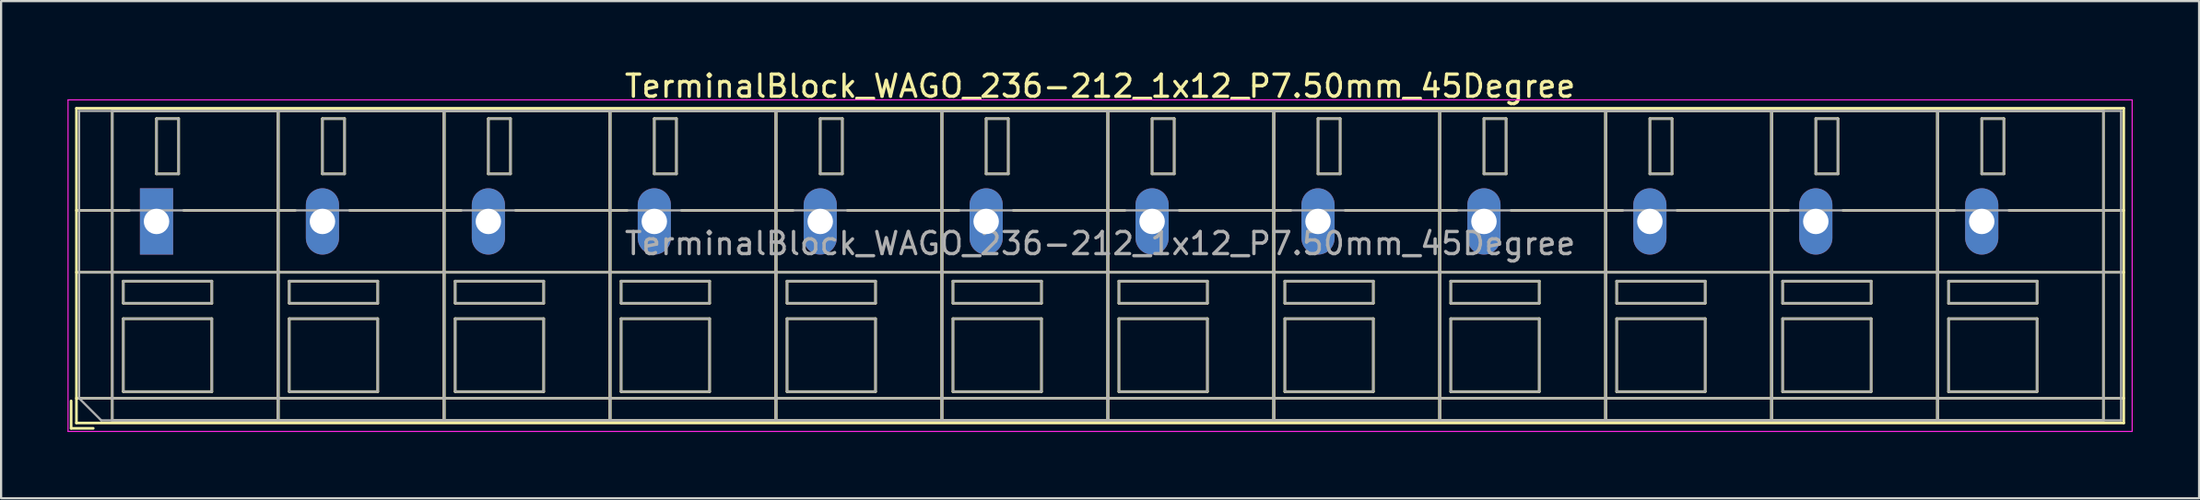
<source format=kicad_pcb>
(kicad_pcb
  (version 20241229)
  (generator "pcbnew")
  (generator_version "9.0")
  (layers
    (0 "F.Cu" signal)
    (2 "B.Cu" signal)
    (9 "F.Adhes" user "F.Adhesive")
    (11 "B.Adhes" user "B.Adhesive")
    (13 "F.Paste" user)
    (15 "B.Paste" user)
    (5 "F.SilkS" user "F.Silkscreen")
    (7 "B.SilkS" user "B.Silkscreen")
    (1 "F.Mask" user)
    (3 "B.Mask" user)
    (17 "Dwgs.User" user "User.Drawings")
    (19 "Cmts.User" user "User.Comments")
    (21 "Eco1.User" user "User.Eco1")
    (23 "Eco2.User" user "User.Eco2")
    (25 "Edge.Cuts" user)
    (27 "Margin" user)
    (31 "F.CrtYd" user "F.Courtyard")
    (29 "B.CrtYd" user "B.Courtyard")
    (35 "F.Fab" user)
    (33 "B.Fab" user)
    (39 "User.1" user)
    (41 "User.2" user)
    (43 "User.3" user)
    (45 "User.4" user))
  (footprint "TerminalBlock_WAGO_236-212_1x12_P7.50mm_45Degree"
    (layer "F.Cu")
    (at 4.025 6.968)
    (property "Reference" "TerminalBlock_WAGO_236-212_1x12_P7.50mm_45Degree" (at 42.65 -6.12 0) (layer "F.SilkS") (effects (font (size 1 1) (thickness 0.15))))
    (attr through_hole)
    (fp_line (start -3.86 8.12) (end -3.86 9.36) (stroke (width 0.12) (type solid)) (layer "F.SilkS"))
    (fp_line (start -3.86 9.36) (end -2.86 9.36) (stroke (width 0.12) (type solid)) (layer "F.SilkS"))
    (fp_line (start -3.62 -5.12) (end -3.62 9.12) (stroke (width 0.12) (type solid)) (layer "F.SilkS"))
    (fp_line (start -3.62 -5.12) (end 88.92 -5.12) (stroke (width 0.12) (type solid)) (layer "F.SilkS"))
    (fp_line (start -3.62 -0.5) (end -1.23 -0.5) (stroke (width 0.12) (type solid)) (layer "F.SilkS"))
    (fp_line (start -3.62 2.3) (end 88.92 2.3) (stroke (width 0.12) (type solid)) (layer "F.SilkS"))
    (fp_line (start -3.62 8) (end 88.92 8) (stroke (width 0.12) (type solid)) (layer "F.SilkS"))
    (fp_line (start -3.62 9.12) (end 88.92 9.12) (stroke (width 0.12) (type solid)) (layer "F.SilkS"))
    (fp_line (start -2 -5) (end -2 9) (stroke (width 0.12) (type solid)) (layer "F.SilkS"))
    (fp_line (start -2 -5) (end 5.5 -5) (stroke (width 0.12) (type solid)) (layer "F.SilkS"))
    (fp_line (start -2 9) (end 5.5 9) (stroke (width 0.12) (type solid)) (layer "F.SilkS"))
    (fp_line (start -1.5 2.7) (end -1.5 3.7) (stroke (width 0.12) (type solid)) (layer "F.SilkS"))
    (fp_line (start -1.5 2.7) (end 2.5 2.7) (stroke (width 0.12) (type solid)) (layer "F.SilkS"))
    (fp_line (start -1.5 3.7) (end 2.5 3.7) (stroke (width 0.12) (type solid)) (layer "F.SilkS"))
    (fp_line (start -1.5 4.4) (end -1.5 7.7) (stroke (width 0.12) (type solid)) (layer "F.SilkS"))
    (fp_line (start -1.5 4.4) (end 2.5 4.4) (stroke (width 0.12) (type solid)) (layer "F.SilkS"))
    (fp_line (start -1.5 7.7) (end 2.5 7.7) (stroke (width 0.12) (type solid)) (layer "F.SilkS"))
    (fp_line (start 0 -4.65) (end 0 -2.151) (stroke (width 0.12) (type solid)) (layer "F.SilkS"))
    (fp_line (start 0 -4.65) (end 1 -4.65) (stroke (width 0.12) (type solid)) (layer "F.SilkS"))
    (fp_line (start 0 -2.151) (end 1 -2.151) (stroke (width 0.12) (type solid)) (layer "F.SilkS"))
    (fp_line (start 1 -4.65) (end 1 -2.151) (stroke (width 0.12) (type solid)) (layer "F.SilkS"))
    (fp_line (start 1.23 -0.5) (end 6.27 -0.5) (stroke (width 0.12) (type solid)) (layer "F.SilkS"))
    (fp_line (start 2.5 2.7) (end 2.5 3.7) (stroke (width 0.12) (type solid)) (layer "F.SilkS"))
    (fp_line (start 2.5 4.4) (end 2.5 7.7) (stroke (width 0.12) (type solid)) (layer "F.SilkS"))
    (fp_line (start 5.5 -5) (end 5.5 9) (stroke (width 0.12) (type solid)) (layer "F.SilkS"))
    (fp_line (start 5.5 -5) (end 5.5 9) (stroke (width 0.12) (type solid)) (layer "F.SilkS"))
    (fp_line (start 5.5 -5) (end 13 -5) (stroke (width 0.12) (type solid)) (layer "F.SilkS"))
    (fp_line (start 5.5 9) (end 13 9) (stroke (width 0.12) (type solid)) (layer "F.SilkS"))
    (fp_line (start 6 2.7) (end 6 3.7) (stroke (width 0.12) (type solid)) (layer "F.SilkS"))
    (fp_line (start 6 2.7) (end 10 2.7) (stroke (width 0.12) (type solid)) (layer "F.SilkS"))
    (fp_line (start 6 3.7) (end 10 3.7) (stroke (width 0.12) (type solid)) (layer "F.SilkS"))
    (fp_line (start 6 4.4) (end 6 7.7) (stroke (width 0.12) (type solid)) (layer "F.SilkS"))
    (fp_line (start 6 4.4) (end 10 4.4) (stroke (width 0.12) (type solid)) (layer "F.SilkS"))
    (fp_line (start 6 7.7) (end 10 7.7) (stroke (width 0.12) (type solid)) (layer "F.SilkS"))
    (fp_line (start 7.5 -4.65) (end 7.5 -2.151) (stroke (width 0.12) (type solid)) (layer "F.SilkS"))
    (fp_line (start 7.5 -4.65) (end 8.5 -4.65) (stroke (width 0.12) (type solid)) (layer "F.SilkS"))
    (fp_line (start 7.5 -2.151) (end 8.5 -2.151) (stroke (width 0.12) (type solid)) (layer "F.SilkS"))
    (fp_line (start 8.5 -4.65) (end 8.5 -2.151) (stroke (width 0.12) (type solid)) (layer "F.SilkS"))
    (fp_line (start 8.73 -0.5) (end 13.77 -0.5) (stroke (width 0.12) (type solid)) (layer "F.SilkS"))
    (fp_line (start 10 2.7) (end 10 3.7) (stroke (width 0.12) (type solid)) (layer "F.SilkS"))
    (fp_line (start 10 4.4) (end 10 7.7) (stroke (width 0.12) (type solid)) (layer "F.SilkS"))
    (fp_line (start 13 -5) (end 13 9) (stroke (width 0.12) (type solid)) (layer "F.SilkS"))
    (fp_line (start 13 -5) (end 13 9) (stroke (width 0.12) (type solid)) (layer "F.SilkS"))
    (fp_line (start 13 -5) (end 20.5 -5) (stroke (width 0.12) (type solid)) (layer "F.SilkS"))
    (fp_line (start 13 9) (end 20.5 9) (stroke (width 0.12) (type solid)) (layer "F.SilkS"))
    (fp_line (start 13.5 2.7) (end 13.5 3.7) (stroke (width 0.12) (type solid)) (layer "F.SilkS"))
    (fp_line (start 13.5 2.7) (end 17.5 2.7) (stroke (width 0.12) (type solid)) (layer "F.SilkS"))
    (fp_line (start 13.5 3.7) (end 17.5 3.7) (stroke (width 0.12) (type solid)) (layer "F.SilkS"))
    (fp_line (start 13.5 4.4) (end 13.5 7.7) (stroke (width 0.12) (type solid)) (layer "F.SilkS"))
    (fp_line (start 13.5 4.4) (end 17.5 4.4) (stroke (width 0.12) (type solid)) (layer "F.SilkS"))
    (fp_line (start 13.5 7.7) (end 17.5 7.7) (stroke (width 0.12) (type solid)) (layer "F.SilkS"))
    (fp_line (start 15 -4.65) (end 15 -2.151) (stroke (width 0.12) (type solid)) (layer "F.SilkS"))
    (fp_line (start 15 -4.65) (end 16 -4.65) (stroke (width 0.12) (type solid)) (layer "F.SilkS"))
    (fp_line (start 15 -2.151) (end 16 -2.151) (stroke (width 0.12) (type solid)) (layer "F.SilkS"))
    (fp_line (start 16 -4.65) (end 16 -2.151) (stroke (width 0.12) (type solid)) (layer "F.SilkS"))
    (fp_line (start 16.23 -0.5) (end 21.27 -0.5) (stroke (width 0.12) (type solid)) (layer "F.SilkS"))
    (fp_line (start 17.5 2.7) (end 17.5 3.7) (stroke (width 0.12) (type solid)) (layer "F.SilkS"))
    (fp_line (start 17.5 4.4) (end 17.5 7.7) (stroke (width 0.12) (type solid)) (layer "F.SilkS"))
    (fp_line (start 20.5 -5) (end 20.5 9) (stroke (width 0.12) (type solid)) (layer "F.SilkS"))
    (fp_line (start 20.5 -5) (end 20.5 9) (stroke (width 0.12) (type solid)) (layer "F.SilkS"))
    (fp_line (start 20.5 -5) (end 28 -5) (stroke (width 0.12) (type solid)) (layer "F.SilkS"))
    (fp_line (start 20.5 9) (end 28 9) (stroke (width 0.12) (type solid)) (layer "F.SilkS"))
    (fp_line (start 21 2.7) (end 21 3.7) (stroke (width 0.12) (type solid)) (layer "F.SilkS"))
    (fp_line (start 21 2.7) (end 25 2.7) (stroke (width 0.12) (type solid)) (layer "F.SilkS"))
    (fp_line (start 21 3.7) (end 25 3.7) (stroke (width 0.12) (type solid)) (layer "F.SilkS"))
    (fp_line (start 21 4.4) (end 21 7.7) (stroke (width 0.12) (type solid)) (layer "F.SilkS"))
    (fp_line (start 21 4.4) (end 25 4.4) (stroke (width 0.12) (type solid)) (layer "F.SilkS"))
    (fp_line (start 21 7.7) (end 25 7.7) (stroke (width 0.12) (type solid)) (layer "F.SilkS"))
    (fp_line (start 22.5 -4.65) (end 22.5 -2.151) (stroke (width 0.12) (type solid)) (layer "F.SilkS"))
    (fp_line (start 22.5 -4.65) (end 23.5 -4.65) (stroke (width 0.12) (type solid)) (layer "F.SilkS"))
    (fp_line (start 22.5 -2.151) (end 23.5 -2.151) (stroke (width 0.12) (type solid)) (layer "F.SilkS"))
    (fp_line (start 23.5 -4.65) (end 23.5 -2.151) (stroke (width 0.12) (type solid)) (layer "F.SilkS"))
    (fp_line (start 23.73 -0.5) (end 28.77 -0.5) (stroke (width 0.12) (type solid)) (layer "F.SilkS"))
    (fp_line (start 25 2.7) (end 25 3.7) (stroke (width 0.12) (type solid)) (layer "F.SilkS"))
    (fp_line (start 25 4.4) (end 25 7.7) (stroke (width 0.12) (type solid)) (layer "F.SilkS"))
    (fp_line (start 28 -5) (end 28 9) (stroke (width 0.12) (type solid)) (layer "F.SilkS"))
    (fp_line (start 28 -5) (end 28 9) (stroke (width 0.12) (type solid)) (layer "F.SilkS"))
    (fp_line (start 28 -5) (end 35.5 -5) (stroke (width 0.12) (type solid)) (layer "F.SilkS"))
    (fp_line (start 28 9) (end 35.5 9) (stroke (width 0.12) (type solid)) (layer "F.SilkS"))
    (fp_line (start 28.5 2.7) (end 28.5 3.7) (stroke (width 0.12) (type solid)) (layer "F.SilkS"))
    (fp_line (start 28.5 2.7) (end 32.5 2.7) (stroke (width 0.12) (type solid)) (layer "F.SilkS"))
    (fp_line (start 28.5 3.7) (end 32.5 3.7) (stroke (width 0.12) (type solid)) (layer "F.SilkS"))
    (fp_line (start 28.5 4.4) (end 28.5 7.7) (stroke (width 0.12) (type solid)) (layer "F.SilkS"))
    (fp_line (start 28.5 4.4) (end 32.5 4.4) (stroke (width 0.12) (type solid)) (layer "F.SilkS"))
    (fp_line (start 28.5 7.7) (end 32.5 7.7) (stroke (width 0.12) (type solid)) (layer "F.SilkS"))
    (fp_line (start 30 -4.65) (end 30 -2.151) (stroke (width 0.12) (type solid)) (layer "F.SilkS"))
    (fp_line (start 30 -4.65) (end 31 -4.65) (stroke (width 0.12) (type solid)) (layer "F.SilkS"))
    (fp_line (start 30 -2.151) (end 31 -2.151) (stroke (width 0.12) (type solid)) (layer "F.SilkS"))
    (fp_line (start 31 -4.65) (end 31 -2.151) (stroke (width 0.12) (type solid)) (layer "F.SilkS"))
    (fp_line (start 31.23 -0.5) (end 36.27 -0.5) (stroke (width 0.12) (type solid)) (layer "F.SilkS"))
    (fp_line (start 32.5 2.7) (end 32.5 3.7) (stroke (width 0.12) (type solid)) (layer "F.SilkS"))
    (fp_line (start 32.5 4.4) (end 32.5 7.7) (stroke (width 0.12) (type solid)) (layer "F.SilkS"))
    (fp_line (start 35.5 -5) (end 35.5 9) (stroke (width 0.12) (type solid)) (layer "F.SilkS"))
    (fp_line (start 35.5 -5) (end 35.5 9) (stroke (width 0.12) (type solid)) (layer "F.SilkS"))
    (fp_line (start 35.5 -5) (end 43 -5) (stroke (width 0.12) (type solid)) (layer "F.SilkS"))
    (fp_line (start 35.5 9) (end 43 9) (stroke (width 0.12) (type solid)) (layer "F.SilkS"))
    (fp_line (start 36 2.7) (end 36 3.7) (stroke (width 0.12) (type solid)) (layer "F.SilkS"))
    (fp_line (start 36 2.7) (end 40 2.7) (stroke (width 0.12) (type solid)) (layer "F.SilkS"))
    (fp_line (start 36 3.7) (end 40 3.7) (stroke (width 0.12) (type solid)) (layer "F.SilkS"))
    (fp_line (start 36 4.4) (end 36 7.7) (stroke (width 0.12) (type solid)) (layer "F.SilkS"))
    (fp_line (start 36 4.4) (end 40 4.4) (stroke (width 0.12) (type solid)) (layer "F.SilkS"))
    (fp_line (start 36 7.7) (end 40 7.7) (stroke (width 0.12) (type solid)) (layer "F.SilkS"))
    (fp_line (start 37.5 -4.65) (end 37.5 -2.151) (stroke (width 0.12) (type solid)) (layer "F.SilkS"))
    (fp_line (start 37.5 -4.65) (end 38.5 -4.65) (stroke (width 0.12) (type solid)) (layer "F.SilkS"))
    (fp_line (start 37.5 -2.151) (end 38.5 -2.151) (stroke (width 0.12) (type solid)) (layer "F.SilkS"))
    (fp_line (start 38.5 -4.65) (end 38.5 -2.151) (stroke (width 0.12) (type solid)) (layer "F.SilkS"))
    (fp_line (start 38.73 -0.5) (end 43.77 -0.5) (stroke (width 0.12) (type solid)) (layer "F.SilkS"))
    (fp_line (start 40 2.7) (end 40 3.7) (stroke (width 0.12) (type solid)) (layer "F.SilkS"))
    (fp_line (start 40 4.4) (end 40 7.7) (stroke (width 0.12) (type solid)) (layer "F.SilkS"))
    (fp_line (start 43 -5) (end 43 9) (stroke (width 0.12) (type solid)) (layer "F.SilkS"))
    (fp_line (start 43 -5) (end 43 9) (stroke (width 0.12) (type solid)) (layer "F.SilkS"))
    (fp_line (start 43 -5) (end 50.5 -5) (stroke (width 0.12) (type solid)) (layer "F.SilkS"))
    (fp_line (start 43 9) (end 50.5 9) (stroke (width 0.12) (type solid)) (layer "F.SilkS"))
    (fp_line (start 43.5 2.7) (end 43.5 3.7) (stroke (width 0.12) (type solid)) (layer "F.SilkS"))
    (fp_line (start 43.5 2.7) (end 47.5 2.7) (stroke (width 0.12) (type solid)) (layer "F.SilkS"))
    (fp_line (start 43.5 3.7) (end 47.5 3.7) (stroke (width 0.12) (type solid)) (layer "F.SilkS"))
    (fp_line (start 43.5 4.4) (end 43.5 7.7) (stroke (width 0.12) (type solid)) (layer "F.SilkS"))
    (fp_line (start 43.5 4.4) (end 47.5 4.4) (stroke (width 0.12) (type solid)) (layer "F.SilkS"))
    (fp_line (start 43.5 7.7) (end 47.5 7.7) (stroke (width 0.12) (type solid)) (layer "F.SilkS"))
    (fp_line (start 45 -4.65) (end 45 -2.151) (stroke (width 0.12) (type solid)) (layer "F.SilkS"))
    (fp_line (start 45 -4.65) (end 46 -4.65) (stroke (width 0.12) (type solid)) (layer "F.SilkS"))
    (fp_line (start 45 -2.151) (end 46 -2.151) (stroke (width 0.12) (type solid)) (layer "F.SilkS"))
    (fp_line (start 46 -4.65) (end 46 -2.151) (stroke (width 0.12) (type solid)) (layer "F.SilkS"))
    (fp_line (start 46.23 -0.5) (end 51.27 -0.5) (stroke (width 0.12) (type solid)) (layer "F.SilkS"))
    (fp_line (start 47.5 2.7) (end 47.5 3.7) (stroke (width 0.12) (type solid)) (layer "F.SilkS"))
    (fp_line (start 47.5 4.4) (end 47.5 7.7) (stroke (width 0.12) (type solid)) (layer "F.SilkS"))
    (fp_line (start 50.5 -5) (end 50.5 9) (stroke (width 0.12) (type solid)) (layer "F.SilkS"))
    (fp_line (start 50.5 -5) (end 50.5 9) (stroke (width 0.12) (type solid)) (layer "F.SilkS"))
    (fp_line (start 50.5 -5) (end 58 -5) (stroke (width 0.12) (type solid)) (layer "F.SilkS"))
    (fp_line (start 50.5 9) (end 58 9) (stroke (width 0.12) (type solid)) (layer "F.SilkS"))
    (fp_line (start 51 2.7) (end 51 3.7) (stroke (width 0.12) (type solid)) (layer "F.SilkS"))
    (fp_line (start 51 2.7) (end 55 2.7) (stroke (width 0.12) (type solid)) (layer "F.SilkS"))
    (fp_line (start 51 3.7) (end 55 3.7) (stroke (width 0.12) (type solid)) (layer "F.SilkS"))
    (fp_line (start 51 4.4) (end 51 7.7) (stroke (width 0.12) (type solid)) (layer "F.SilkS"))
    (fp_line (start 51 4.4) (end 55 4.4) (stroke (width 0.12) (type solid)) (layer "F.SilkS"))
    (fp_line (start 51 7.7) (end 55 7.7) (stroke (width 0.12) (type solid)) (layer "F.SilkS"))
    (fp_line (start 52.5 -4.65) (end 52.5 -2.151) (stroke (width 0.12) (type solid)) (layer "F.SilkS"))
    (fp_line (start 52.5 -4.65) (end 53.5 -4.65) (stroke (width 0.12) (type solid)) (layer "F.SilkS"))
    (fp_line (start 52.5 -2.151) (end 53.5 -2.151) (stroke (width 0.12) (type solid)) (layer "F.SilkS"))
    (fp_line (start 53.5 -4.65) (end 53.5 -2.151) (stroke (width 0.12) (type solid)) (layer "F.SilkS"))
    (fp_line (start 53.73 -0.5) (end 58.77 -0.5) (stroke (width 0.12) (type solid)) (layer "F.SilkS"))
    (fp_line (start 55 2.7) (end 55 3.7) (stroke (width 0.12) (type solid)) (layer "F.SilkS"))
    (fp_line (start 55 4.4) (end 55 7.7) (stroke (width 0.12) (type solid)) (layer "F.SilkS"))
    (fp_line (start 58 -5) (end 58 9) (stroke (width 0.12) (type solid)) (layer "F.SilkS"))
    (fp_line (start 58 -5) (end 58 9) (stroke (width 0.12) (type solid)) (layer "F.SilkS"))
    (fp_line (start 58 -5) (end 65.5 -5) (stroke (width 0.12) (type solid)) (layer "F.SilkS"))
    (fp_line (start 58 9) (end 65.5 9) (stroke (width 0.12) (type solid)) (layer "F.SilkS"))
    (fp_line (start 58.5 2.7) (end 58.5 3.7) (stroke (width 0.12) (type solid)) (layer "F.SilkS"))
    (fp_line (start 58.5 2.7) (end 62.5 2.7) (stroke (width 0.12) (type solid)) (layer "F.SilkS"))
    (fp_line (start 58.5 3.7) (end 62.5 3.7) (stroke (width 0.12) (type solid)) (layer "F.SilkS"))
    (fp_line (start 58.5 4.4) (end 58.5 7.7) (stroke (width 0.12) (type solid)) (layer "F.SilkS"))
    (fp_line (start 58.5 4.4) (end 62.5 4.4) (stroke (width 0.12) (type solid)) (layer "F.SilkS"))
    (fp_line (start 58.5 7.7) (end 62.5 7.7) (stroke (width 0.12) (type solid)) (layer "F.SilkS"))
    (fp_line (start 60 -4.65) (end 60 -2.151) (stroke (width 0.12) (type solid)) (layer "F.SilkS"))
    (fp_line (start 60 -4.65) (end 61 -4.65) (stroke (width 0.12) (type solid)) (layer "F.SilkS"))
    (fp_line (start 60 -2.151) (end 61 -2.151) (stroke (width 0.12) (type solid)) (layer "F.SilkS"))
    (fp_line (start 61 -4.65) (end 61 -2.151) (stroke (width 0.12) (type solid)) (layer "F.SilkS"))
    (fp_line (start 61.23 -0.5) (end 66.27 -0.5) (stroke (width 0.12) (type solid)) (layer "F.SilkS"))
    (fp_line (start 62.5 2.7) (end 62.5 3.7) (stroke (width 0.12) (type solid)) (layer "F.SilkS"))
    (fp_line (start 62.5 4.4) (end 62.5 7.7) (stroke (width 0.12) (type solid)) (layer "F.SilkS"))
    (fp_line (start 65.5 -5) (end 65.5 9) (stroke (width 0.12) (type solid)) (layer "F.SilkS"))
    (fp_line (start 65.5 -5) (end 65.5 9) (stroke (width 0.12) (type solid)) (layer "F.SilkS"))
    (fp_line (start 65.5 -5) (end 73 -5) (stroke (width 0.12) (type solid)) (layer "F.SilkS"))
    (fp_line (start 65.5 9) (end 73 9) (stroke (width 0.12) (type solid)) (layer "F.SilkS"))
    (fp_line (start 66 2.7) (end 66 3.7) (stroke (width 0.12) (type solid)) (layer "F.SilkS"))
    (fp_line (start 66 2.7) (end 70 2.7) (stroke (width 0.12) (type solid)) (layer "F.SilkS"))
    (fp_line (start 66 3.7) (end 70 3.7) (stroke (width 0.12) (type solid)) (layer "F.SilkS"))
    (fp_line (start 66 4.4) (end 66 7.7) (stroke (width 0.12) (type solid)) (layer "F.SilkS"))
    (fp_line (start 66 4.4) (end 70 4.4) (stroke (width 0.12) (type solid)) (layer "F.SilkS"))
    (fp_line (start 66 7.7) (end 70 7.7) (stroke (width 0.12) (type solid)) (layer "F.SilkS"))
    (fp_line (start 67.5 -4.65) (end 67.5 -2.151) (stroke (width 0.12) (type solid)) (layer "F.SilkS"))
    (fp_line (start 67.5 -4.65) (end 68.5 -4.65) (stroke (width 0.12) (type solid)) (layer "F.SilkS"))
    (fp_line (start 67.5 -2.151) (end 68.5 -2.151) (stroke (width 0.12) (type solid)) (layer "F.SilkS"))
    (fp_line (start 68.5 -4.65) (end 68.5 -2.151) (stroke (width 0.12) (type solid)) (layer "F.SilkS"))
    (fp_line (start 68.73 -0.5) (end 73.77 -0.5) (stroke (width 0.12) (type solid)) (layer "F.SilkS"))
    (fp_line (start 70 2.7) (end 70 3.7) (stroke (width 0.12) (type solid)) (layer "F.SilkS"))
    (fp_line (start 70 4.4) (end 70 7.7) (stroke (width 0.12) (type solid)) (layer "F.SilkS"))
    (fp_line (start 73 -5) (end 73 9) (stroke (width 0.12) (type solid)) (layer "F.SilkS"))
    (fp_line (start 73 -5) (end 73 9) (stroke (width 0.12) (type solid)) (layer "F.SilkS"))
    (fp_line (start 73 -5) (end 80.5 -5) (stroke (width 0.12) (type solid)) (layer "F.SilkS"))
    (fp_line (start 73 9) (end 80.5 9) (stroke (width 0.12) (type solid)) (layer "F.SilkS"))
    (fp_line (start 73.5 2.7) (end 73.5 3.7) (stroke (width 0.12) (type solid)) (layer "F.SilkS"))
    (fp_line (start 73.5 2.7) (end 77.5 2.7) (stroke (width 0.12) (type solid)) (layer "F.SilkS"))
    (fp_line (start 73.5 3.7) (end 77.5 3.7) (stroke (width 0.12) (type solid)) (layer "F.SilkS"))
    (fp_line (start 73.5 4.4) (end 73.5 7.7) (stroke (width 0.12) (type solid)) (layer "F.SilkS"))
    (fp_line (start 73.5 4.4) (end 77.5 4.4) (stroke (width 0.12) (type solid)) (layer "F.SilkS"))
    (fp_line (start 73.5 7.7) (end 77.5 7.7) (stroke (width 0.12) (type solid)) (layer "F.SilkS"))
    (fp_line (start 75 -4.65) (end 75 -2.151) (stroke (width 0.12) (type solid)) (layer "F.SilkS"))
    (fp_line (start 75 -4.65) (end 76 -4.65) (stroke (width 0.12) (type solid)) (layer "F.SilkS"))
    (fp_line (start 75 -2.151) (end 76 -2.151) (stroke (width 0.12) (type solid)) (layer "F.SilkS"))
    (fp_line (start 76 -4.65) (end 76 -2.151) (stroke (width 0.12) (type solid)) (layer "F.SilkS"))
    (fp_line (start 76.23 -0.5) (end 81.27 -0.5) (stroke (width 0.12) (type solid)) (layer "F.SilkS"))
    (fp_line (start 77.5 2.7) (end 77.5 3.7) (stroke (width 0.12) (type solid)) (layer "F.SilkS"))
    (fp_line (start 77.5 4.4) (end 77.5 7.7) (stroke (width 0.12) (type solid)) (layer "F.SilkS"))
    (fp_line (start 80.5 -5) (end 80.5 9) (stroke (width 0.12) (type solid)) (layer "F.SilkS"))
    (fp_line (start 80.5 -5) (end 80.5 9) (stroke (width 0.12) (type solid)) (layer "F.SilkS"))
    (fp_line (start 80.5 -5) (end 88 -5) (stroke (width 0.12) (type solid)) (layer "F.SilkS"))
    (fp_line (start 80.5 9) (end 88 9) (stroke (width 0.12) (type solid)) (layer "F.SilkS"))
    (fp_line (start 81 2.7) (end 81 3.7) (stroke (width 0.12) (type solid)) (layer "F.SilkS"))
    (fp_line (start 81 2.7) (end 85 2.7) (stroke (width 0.12) (type solid)) (layer "F.SilkS"))
    (fp_line (start 81 3.7) (end 85 3.7) (stroke (width 0.12) (type solid)) (layer "F.SilkS"))
    (fp_line (start 81 4.4) (end 81 7.7) (stroke (width 0.12) (type solid)) (layer "F.SilkS"))
    (fp_line (start 81 4.4) (end 85 4.4) (stroke (width 0.12) (type solid)) (layer "F.SilkS"))
    (fp_line (start 81 7.7) (end 85 7.7) (stroke (width 0.12) (type solid)) (layer "F.SilkS"))
    (fp_line (start 82.5 -4.65) (end 82.5 -2.151) (stroke (width 0.12) (type solid)) (layer "F.SilkS"))
    (fp_line (start 82.5 -4.65) (end 83.5 -4.65) (stroke (width 0.12) (type solid)) (layer "F.SilkS"))
    (fp_line (start 82.5 -2.151) (end 83.5 -2.151) (stroke (width 0.12) (type solid)) (layer "F.SilkS"))
    (fp_line (start 83.5 -4.65) (end 83.5 -2.151) (stroke (width 0.12) (type solid)) (layer "F.SilkS"))
    (fp_line (start 83.73 -0.5) (end 88.92 -0.5) (stroke (width 0.12) (type solid)) (layer "F.SilkS"))
    (fp_line (start 85 2.7) (end 85 3.7) (stroke (width 0.12) (type solid)) (layer "F.SilkS"))
    (fp_line (start 85 4.4) (end 85 7.7) (stroke (width 0.12) (type solid)) (layer "F.SilkS"))
    (fp_line (start 88 -5) (end 88 9) (stroke (width 0.12) (type solid)) (layer "F.SilkS"))
    (fp_line (start 88.92 -5.12) (end 88.92 9.12) (stroke (width 0.12) (type solid)) (layer "F.SilkS"))
    (fp_line (start -4 -5.5) (end -4 9.5) (stroke (width 0.05) (type solid)) (layer "F.CrtYd"))
    (fp_line (start -4 9.5) (end 89.3 9.5) (stroke (width 0.05) (type solid)) (layer "F.CrtYd"))
    (fp_line (start 89.3 -5.5) (end -4 -5.5) (stroke (width 0.05) (type solid)) (layer "F.CrtYd"))
    (fp_line (start 89.3 9.5) (end 89.3 -5.5) (stroke (width 0.05) (type solid)) (layer "F.CrtYd"))
    (fp_line (start -3.5 -5) (end 88.8 -5) (stroke (width 0.1) (type solid)) (layer "F.Fab"))
    (fp_line (start -3.5 -0.5) (end 88.8 -0.5) (stroke (width 0.1) (type solid)) (layer "F.Fab"))
    (fp_line (start -3.5 2.3) (end 88.8 2.3) (stroke (width 0.1) (type solid)) (layer "F.Fab"))
    (fp_line (start -3.5 8) (end -3.5 -5) (stroke (width 0.1) (type solid)) (layer "F.Fab"))
    (fp_line (start -3.5 8) (end 88.8 8) (stroke (width 0.1) (type solid)) (layer "F.Fab"))
    (fp_line (start -2.5 9) (end -3.5 8) (stroke (width 0.1) (type solid)) (layer "F.Fab"))
    (fp_line (start -2 -5) (end -2 9) (stroke (width 0.1) (type solid)) (layer "F.Fab"))
    (fp_line (start -2 9) (end 5.5 9) (stroke (width 0.1) (type solid)) (layer "F.Fab"))
    (fp_line (start -1.5 2.7) (end -1.5 3.7) (stroke (width 0.1) (type solid)) (layer "F.Fab"))
    (fp_line (start -1.5 3.7) (end 2.5 3.7) (stroke (width 0.1) (type solid)) (layer "F.Fab"))
    (fp_line (start -1.5 4.4) (end -1.5 7.7) (stroke (width 0.1) (type solid)) (layer "F.Fab"))
    (fp_line (start -1.5 7.7) (end 2.5 7.7) (stroke (width 0.1) (type solid)) (layer "F.Fab"))
    (fp_line (start 0 -4.65) (end 0 -2.15) (stroke (width 0.1) (type solid)) (layer "F.Fab"))
    (fp_line (start 0 -2.15) (end 1 -2.15) (stroke (width 0.1) (type solid)) (layer "F.Fab"))
    (fp_line (start 1 -4.65) (end 0 -4.65) (stroke (width 0.1) (type solid)) (layer "F.Fab"))
    (fp_line (start 1 -2.15) (end 1 -4.65) (stroke (width 0.1) (type solid)) (layer "F.Fab"))
    (fp_line (start 2.5 2.7) (end -1.5 2.7) (stroke (width 0.1) (type solid)) (layer "F.Fab"))
    (fp_line (start 2.5 3.7) (end 2.5 2.7) (stroke (width 0.1) (type solid)) (layer "F.Fab"))
    (fp_line (start 2.5 4.4) (end -1.5 4.4) (stroke (width 0.1) (type solid)) (layer "F.Fab"))
    (fp_line (start 2.5 7.7) (end 2.5 4.4) (stroke (width 0.1) (type solid)) (layer "F.Fab"))
    (fp_line (start 5.5 -5) (end -2 -5) (stroke (width 0.1) (type solid)) (layer "F.Fab"))
    (fp_line (start 5.5 -5) (end 5.5 9) (stroke (width 0.1) (type solid)) (layer "F.Fab"))
    (fp_line (start 5.5 9) (end 5.5 -5) (stroke (width 0.1) (type solid)) (layer "F.Fab"))
    (fp_line (start 5.5 9) (end 13 9) (stroke (width 0.1) (type solid)) (layer "F.Fab"))
    (fp_line (start 6 2.7) (end 6 3.7) (stroke (width 0.1) (type solid)) (layer "F.Fab"))
    (fp_line (start 6 3.7) (end 10 3.7) (stroke (width 0.1) (type solid)) (layer "F.Fab"))
    (fp_line (start 6 4.4) (end 6 7.7) (stroke (width 0.1) (type solid)) (layer "F.Fab"))
    (fp_line (start 6 7.7) (end 10 7.7) (stroke (width 0.1) (type solid)) (layer "F.Fab"))
    (fp_line (start 7.5 -4.65) (end 7.5 -2.15) (stroke (width 0.1) (type solid)) (layer "F.Fab"))
    (fp_line (start 7.5 -2.15) (end 8.5 -2.15) (stroke (width 0.1) (type solid)) (layer "F.Fab"))
    (fp_line (start 8.5 -4.65) (end 7.5 -4.65) (stroke (width 0.1) (type solid)) (layer "F.Fab"))
    (fp_line (start 8.5 -2.15) (end 8.5 -4.65) (stroke (width 0.1) (type solid)) (layer "F.Fab"))
    (fp_line (start 10 2.7) (end 6 2.7) (stroke (width 0.1) (type solid)) (layer "F.Fab"))
    (fp_line (start 10 3.7) (end 10 2.7) (stroke (width 0.1) (type solid)) (layer "F.Fab"))
    (fp_line (start 10 4.4) (end 6 4.4) (stroke (width 0.1) (type solid)) (layer "F.Fab"))
    (fp_line (start 10 7.7) (end 10 4.4) (stroke (width 0.1) (type solid)) (layer "F.Fab"))
    (fp_line (start 13 -5) (end 5.5 -5) (stroke (width 0.1) (type solid)) (layer "F.Fab"))
    (fp_line (start 13 -5) (end 13 9) (stroke (width 0.1) (type solid)) (layer "F.Fab"))
    (fp_line (start 13 9) (end 13 -5) (stroke (width 0.1) (type solid)) (layer "F.Fab"))
    (fp_line (start 13 9) (end 20.5 9) (stroke (width 0.1) (type solid)) (layer "F.Fab"))
    (fp_line (start 13.5 2.7) (end 13.5 3.7) (stroke (width 0.1) (type solid)) (layer "F.Fab"))
    (fp_line (start 13.5 3.7) (end 17.5 3.7) (stroke (width 0.1) (type solid)) (layer "F.Fab"))
    (fp_line (start 13.5 4.4) (end 13.5 7.7) (stroke (width 0.1) (type solid)) (layer "F.Fab"))
    (fp_line (start 13.5 7.7) (end 17.5 7.7) (stroke (width 0.1) (type solid)) (layer "F.Fab"))
    (fp_line (start 15 -4.65) (end 15 -2.15) (stroke (width 0.1) (type solid)) (layer "F.Fab"))
    (fp_line (start 15 -2.15) (end 16 -2.15) (stroke (width 0.1) (type solid)) (layer "F.Fab"))
    (fp_line (start 16 -4.65) (end 15 -4.65) (stroke (width 0.1) (type solid)) (layer "F.Fab"))
    (fp_line (start 16 -2.15) (end 16 -4.65) (stroke (width 0.1) (type solid)) (layer "F.Fab"))
    (fp_line (start 17.5 2.7) (end 13.5 2.7) (stroke (width 0.1) (type solid)) (layer "F.Fab"))
    (fp_line (start 17.5 3.7) (end 17.5 2.7) (stroke (width 0.1) (type solid)) (layer "F.Fab"))
    (fp_line (start 17.5 4.4) (end 13.5 4.4) (stroke (width 0.1) (type solid)) (layer "F.Fab"))
    (fp_line (start 17.5 7.7) (end 17.5 4.4) (stroke (width 0.1) (type solid)) (layer "F.Fab"))
    (fp_line (start 20.5 -5) (end 13 -5) (stroke (width 0.1) (type solid)) (layer "F.Fab"))
    (fp_line (start 20.5 -5) (end 20.5 9) (stroke (width 0.1) (type solid)) (layer "F.Fab"))
    (fp_line (start 20.5 9) (end 20.5 -5) (stroke (width 0.1) (type solid)) (layer "F.Fab"))
    (fp_line (start 20.5 9) (end 28 9) (stroke (width 0.1) (type solid)) (layer "F.Fab"))
    (fp_line (start 21 2.7) (end 21 3.7) (stroke (width 0.1) (type solid)) (layer "F.Fab"))
    (fp_line (start 21 3.7) (end 25 3.7) (stroke (width 0.1) (type solid)) (layer "F.Fab"))
    (fp_line (start 21 4.4) (end 21 7.7) (stroke (width 0.1) (type solid)) (layer "F.Fab"))
    (fp_line (start 21 7.7) (end 25 7.7) (stroke (width 0.1) (type solid)) (layer "F.Fab"))
    (fp_line (start 22.5 -4.65) (end 22.5 -2.15) (stroke (width 0.1) (type solid)) (layer "F.Fab"))
    (fp_line (start 22.5 -2.15) (end 23.5 -2.15) (stroke (width 0.1) (type solid)) (layer "F.Fab"))
    (fp_line (start 23.5 -4.65) (end 22.5 -4.65) (stroke (width 0.1) (type solid)) (layer "F.Fab"))
    (fp_line (start 23.5 -2.15) (end 23.5 -4.65) (stroke (width 0.1) (type solid)) (layer "F.Fab"))
    (fp_line (start 25 2.7) (end 21 2.7) (stroke (width 0.1) (type solid)) (layer "F.Fab"))
    (fp_line (start 25 3.7) (end 25 2.7) (stroke (width 0.1) (type solid)) (layer "F.Fab"))
    (fp_line (start 25 4.4) (end 21 4.4) (stroke (width 0.1) (type solid)) (layer "F.Fab"))
    (fp_line (start 25 7.7) (end 25 4.4) (stroke (width 0.1) (type solid)) (layer "F.Fab"))
    (fp_line (start 28 -5) (end 20.5 -5) (stroke (width 0.1) (type solid)) (layer "F.Fab"))
    (fp_line (start 28 -5) (end 28 9) (stroke (width 0.1) (type solid)) (layer "F.Fab"))
    (fp_line (start 28 9) (end 28 -5) (stroke (width 0.1) (type solid)) (layer "F.Fab"))
    (fp_line (start 28 9) (end 35.5 9) (stroke (width 0.1) (type solid)) (layer "F.Fab"))
    (fp_line (start 28.5 2.7) (end 28.5 3.7) (stroke (width 0.1) (type solid)) (layer "F.Fab"))
    (fp_line (start 28.5 3.7) (end 32.5 3.7) (stroke (width 0.1) (type solid)) (layer "F.Fab"))
    (fp_line (start 28.5 4.4) (end 28.5 7.7) (stroke (width 0.1) (type solid)) (layer "F.Fab"))
    (fp_line (start 28.5 7.7) (end 32.5 7.7) (stroke (width 0.1) (type solid)) (layer "F.Fab"))
    (fp_line (start 30 -4.65) (end 30 -2.15) (stroke (width 0.1) (type solid)) (layer "F.Fab"))
    (fp_line (start 30 -2.15) (end 31 -2.15) (stroke (width 0.1) (type solid)) (layer "F.Fab"))
    (fp_line (start 31 -4.65) (end 30 -4.65) (stroke (width 0.1) (type solid)) (layer "F.Fab"))
    (fp_line (start 31 -2.15) (end 31 -4.65) (stroke (width 0.1) (type solid)) (layer "F.Fab"))
    (fp_line (start 32.5 2.7) (end 28.5 2.7) (stroke (width 0.1) (type solid)) (layer "F.Fab"))
    (fp_line (start 32.5 3.7) (end 32.5 2.7) (stroke (width 0.1) (type solid)) (layer "F.Fab"))
    (fp_line (start 32.5 4.4) (end 28.5 4.4) (stroke (width 0.1) (type solid)) (layer "F.Fab"))
    (fp_line (start 32.5 7.7) (end 32.5 4.4) (stroke (width 0.1) (type solid)) (layer "F.Fab"))
    (fp_line (start 35.5 -5) (end 28 -5) (stroke (width 0.1) (type solid)) (layer "F.Fab"))
    (fp_line (start 35.5 -5) (end 35.5 9) (stroke (width 0.1) (type solid)) (layer "F.Fab"))
    (fp_line (start 35.5 9) (end 35.5 -5) (stroke (width 0.1) (type solid)) (layer "F.Fab"))
    (fp_line (start 35.5 9) (end 43 9) (stroke (width 0.1) (type solid)) (layer "F.Fab"))
    (fp_line (start 36 2.7) (end 36 3.7) (stroke (width 0.1) (type solid)) (layer "F.Fab"))
    (fp_line (start 36 3.7) (end 40 3.7) (stroke (width 0.1) (type solid)) (layer "F.Fab"))
    (fp_line (start 36 4.4) (end 36 7.7) (stroke (width 0.1) (type solid)) (layer "F.Fab"))
    (fp_line (start 36 7.7) (end 40 7.7) (stroke (width 0.1) (type solid)) (layer "F.Fab"))
    (fp_line (start 37.5 -4.65) (end 37.5 -2.15) (stroke (width 0.1) (type solid)) (layer "F.Fab"))
    (fp_line (start 37.5 -2.15) (end 38.5 -2.15) (stroke (width 0.1) (type solid)) (layer "F.Fab"))
    (fp_line (start 38.5 -4.65) (end 37.5 -4.65) (stroke (width 0.1) (type solid)) (layer "F.Fab"))
    (fp_line (start 38.5 -2.15) (end 38.5 -4.65) (stroke (width 0.1) (type solid)) (layer "F.Fab"))
    (fp_line (start 40 2.7) (end 36 2.7) (stroke (width 0.1) (type solid)) (layer "F.Fab"))
    (fp_line (start 40 3.7) (end 40 2.7) (stroke (width 0.1) (type solid)) (layer "F.Fab"))
    (fp_line (start 40 4.4) (end 36 4.4) (stroke (width 0.1) (type solid)) (layer "F.Fab"))
    (fp_line (start 40 7.7) (end 40 4.4) (stroke (width 0.1) (type solid)) (layer "F.Fab"))
    (fp_line (start 43 -5) (end 35.5 -5) (stroke (width 0.1) (type solid)) (layer "F.Fab"))
    (fp_line (start 43 -5) (end 43 9) (stroke (width 0.1) (type solid)) (layer "F.Fab"))
    (fp_line (start 43 9) (end 43 -5) (stroke (width 0.1) (type solid)) (layer "F.Fab"))
    (fp_line (start 43 9) (end 50.5 9) (stroke (width 0.1) (type solid)) (layer "F.Fab"))
    (fp_line (start 43.5 2.7) (end 43.5 3.7) (stroke (width 0.1) (type solid)) (layer "F.Fab"))
    (fp_line (start 43.5 3.7) (end 47.5 3.7) (stroke (width 0.1) (type solid)) (layer "F.Fab"))
    (fp_line (start 43.5 4.4) (end 43.5 7.7) (stroke (width 0.1) (type solid)) (layer "F.Fab"))
    (fp_line (start 43.5 7.7) (end 47.5 7.7) (stroke (width 0.1) (type solid)) (layer "F.Fab"))
    (fp_line (start 45 -4.65) (end 45 -2.15) (stroke (width 0.1) (type solid)) (layer "F.Fab"))
    (fp_line (start 45 -2.15) (end 46 -2.15) (stroke (width 0.1) (type solid)) (layer "F.Fab"))
    (fp_line (start 46 -4.65) (end 45 -4.65) (stroke (width 0.1) (type solid)) (layer "F.Fab"))
    (fp_line (start 46 -2.15) (end 46 -4.65) (stroke (width 0.1) (type solid)) (layer "F.Fab"))
    (fp_line (start 47.5 2.7) (end 43.5 2.7) (stroke (width 0.1) (type solid)) (layer "F.Fab"))
    (fp_line (start 47.5 3.7) (end 47.5 2.7) (stroke (width 0.1) (type solid)) (layer "F.Fab"))
    (fp_line (start 47.5 4.4) (end 43.5 4.4) (stroke (width 0.1) (type solid)) (layer "F.Fab"))
    (fp_line (start 47.5 7.7) (end 47.5 4.4) (stroke (width 0.1) (type solid)) (layer "F.Fab"))
    (fp_line (start 50.5 -5) (end 43 -5) (stroke (width 0.1) (type solid)) (layer "F.Fab"))
    (fp_line (start 50.5 -5) (end 50.5 9) (stroke (width 0.1) (type solid)) (layer "F.Fab"))
    (fp_line (start 50.5 9) (end 50.5 -5) (stroke (width 0.1) (type solid)) (layer "F.Fab"))
    (fp_line (start 50.5 9) (end 58 9) (stroke (width 0.1) (type solid)) (layer "F.Fab"))
    (fp_line (start 51 2.7) (end 51 3.7) (stroke (width 0.1) (type solid)) (layer "F.Fab"))
    (fp_line (start 51 3.7) (end 55 3.7) (stroke (width 0.1) (type solid)) (layer "F.Fab"))
    (fp_line (start 51 4.4) (end 51 7.7) (stroke (width 0.1) (type solid)) (layer "F.Fab"))
    (fp_line (start 51 7.7) (end 55 7.7) (stroke (width 0.1) (type solid)) (layer "F.Fab"))
    (fp_line (start 52.5 -4.65) (end 52.5 -2.15) (stroke (width 0.1) (type solid)) (layer "F.Fab"))
    (fp_line (start 52.5 -2.15) (end 53.5 -2.15) (stroke (width 0.1) (type solid)) (layer "F.Fab"))
    (fp_line (start 53.5 -4.65) (end 52.5 -4.65) (stroke (width 0.1) (type solid)) (layer "F.Fab"))
    (fp_line (start 53.5 -2.15) (end 53.5 -4.65) (stroke (width 0.1) (type solid)) (layer "F.Fab"))
    (fp_line (start 55 2.7) (end 51 2.7) (stroke (width 0.1) (type solid)) (layer "F.Fab"))
    (fp_line (start 55 3.7) (end 55 2.7) (stroke (width 0.1) (type solid)) (layer "F.Fab"))
    (fp_line (start 55 4.4) (end 51 4.4) (stroke (width 0.1) (type solid)) (layer "F.Fab"))
    (fp_line (start 55 7.7) (end 55 4.4) (stroke (width 0.1) (type solid)) (layer "F.Fab"))
    (fp_line (start 58 -5) (end 50.5 -5) (stroke (width 0.1) (type solid)) (layer "F.Fab"))
    (fp_line (start 58 -5) (end 58 9) (stroke (width 0.1) (type solid)) (layer "F.Fab"))
    (fp_line (start 58 9) (end 58 -5) (stroke (width 0.1) (type solid)) (layer "F.Fab"))
    (fp_line (start 58 9) (end 65.5 9) (stroke (width 0.1) (type solid)) (layer "F.Fab"))
    (fp_line (start 58.5 2.7) (end 58.5 3.7) (stroke (width 0.1) (type solid)) (layer "F.Fab"))
    (fp_line (start 58.5 3.7) (end 62.5 3.7) (stroke (width 0.1) (type solid)) (layer "F.Fab"))
    (fp_line (start 58.5 4.4) (end 58.5 7.7) (stroke (width 0.1) (type solid)) (layer "F.Fab"))
    (fp_line (start 58.5 7.7) (end 62.5 7.7) (stroke (width 0.1) (type solid)) (layer "F.Fab"))
    (fp_line (start 60 -4.65) (end 60 -2.15) (stroke (width 0.1) (type solid)) (layer "F.Fab"))
    (fp_line (start 60 -2.15) (end 61 -2.15) (stroke (width 0.1) (type solid)) (layer "F.Fab"))
    (fp_line (start 61 -4.65) (end 60 -4.65) (stroke (width 0.1) (type solid)) (layer "F.Fab"))
    (fp_line (start 61 -2.15) (end 61 -4.65) (stroke (width 0.1) (type solid)) (layer "F.Fab"))
    (fp_line (start 62.5 2.7) (end 58.5 2.7) (stroke (width 0.1) (type solid)) (layer "F.Fab"))
    (fp_line (start 62.5 3.7) (end 62.5 2.7) (stroke (width 0.1) (type solid)) (layer "F.Fab"))
    (fp_line (start 62.5 4.4) (end 58.5 4.4) (stroke (width 0.1) (type solid)) (layer "F.Fab"))
    (fp_line (start 62.5 7.7) (end 62.5 4.4) (stroke (width 0.1) (type solid)) (layer "F.Fab"))
    (fp_line (start 65.5 -5) (end 58 -5) (stroke (width 0.1) (type solid)) (layer "F.Fab"))
    (fp_line (start 65.5 -5) (end 65.5 9) (stroke (width 0.1) (type solid)) (layer "F.Fab"))
    (fp_line (start 65.5 9) (end 65.5 -5) (stroke (width 0.1) (type solid)) (layer "F.Fab"))
    (fp_line (start 65.5 9) (end 73 9) (stroke (width 0.1) (type solid)) (layer "F.Fab"))
    (fp_line (start 66 2.7) (end 66 3.7) (stroke (width 0.1) (type solid)) (layer "F.Fab"))
    (fp_line (start 66 3.7) (end 70 3.7) (stroke (width 0.1) (type solid)) (layer "F.Fab"))
    (fp_line (start 66 4.4) (end 66 7.7) (stroke (width 0.1) (type solid)) (layer "F.Fab"))
    (fp_line (start 66 7.7) (end 70 7.7) (stroke (width 0.1) (type solid)) (layer "F.Fab"))
    (fp_line (start 67.5 -4.65) (end 67.5 -2.15) (stroke (width 0.1) (type solid)) (layer "F.Fab"))
    (fp_line (start 67.5 -2.15) (end 68.5 -2.15) (stroke (width 0.1) (type solid)) (layer "F.Fab"))
    (fp_line (start 68.5 -4.65) (end 67.5 -4.65) (stroke (width 0.1) (type solid)) (layer "F.Fab"))
    (fp_line (start 68.5 -2.15) (end 68.5 -4.65) (stroke (width 0.1) (type solid)) (layer "F.Fab"))
    (fp_line (start 70 2.7) (end 66 2.7) (stroke (width 0.1) (type solid)) (layer "F.Fab"))
    (fp_line (start 70 3.7) (end 70 2.7) (stroke (width 0.1) (type solid)) (layer "F.Fab"))
    (fp_line (start 70 4.4) (end 66 4.4) (stroke (width 0.1) (type solid)) (layer "F.Fab"))
    (fp_line (start 70 7.7) (end 70 4.4) (stroke (width 0.1) (type solid)) (layer "F.Fab"))
    (fp_line (start 73 -5) (end 65.5 -5) (stroke (width 0.1) (type solid)) (layer "F.Fab"))
    (fp_line (start 73 -5) (end 73 9) (stroke (width 0.1) (type solid)) (layer "F.Fab"))
    (fp_line (start 73 9) (end 73 -5) (stroke (width 0.1) (type solid)) (layer "F.Fab"))
    (fp_line (start 73 9) (end 80.5 9) (stroke (width 0.1) (type solid)) (layer "F.Fab"))
    (fp_line (start 73.5 2.7) (end 73.5 3.7) (stroke (width 0.1) (type solid)) (layer "F.Fab"))
    (fp_line (start 73.5 3.7) (end 77.5 3.7) (stroke (width 0.1) (type solid)) (layer "F.Fab"))
    (fp_line (start 73.5 4.4) (end 73.5 7.7) (stroke (width 0.1) (type solid)) (layer "F.Fab"))
    (fp_line (start 73.5 7.7) (end 77.5 7.7) (stroke (width 0.1) (type solid)) (layer "F.Fab"))
    (fp_line (start 75 -4.65) (end 75 -2.15) (stroke (width 0.1) (type solid)) (layer "F.Fab"))
    (fp_line (start 75 -2.15) (end 76 -2.15) (stroke (width 0.1) (type solid)) (layer "F.Fab"))
    (fp_line (start 76 -4.65) (end 75 -4.65) (stroke (width 0.1) (type solid)) (layer "F.Fab"))
    (fp_line (start 76 -2.15) (end 76 -4.65) (stroke (width 0.1) (type solid)) (layer "F.Fab"))
    (fp_line (start 77.5 2.7) (end 73.5 2.7) (stroke (width 0.1) (type solid)) (layer "F.Fab"))
    (fp_line (start 77.5 3.7) (end 77.5 2.7) (stroke (width 0.1) (type solid)) (layer "F.Fab"))
    (fp_line (start 77.5 4.4) (end 73.5 4.4) (stroke (width 0.1) (type solid)) (layer "F.Fab"))
    (fp_line (start 77.5 7.7) (end 77.5 4.4) (stroke (width 0.1) (type solid)) (layer "F.Fab"))
    (fp_line (start 80.5 -5) (end 73 -5) (stroke (width 0.1) (type solid)) (layer "F.Fab"))
    (fp_line (start 80.5 -5) (end 80.5 9) (stroke (width 0.1) (type solid)) (layer "F.Fab"))
    (fp_line (start 80.5 9) (end 80.5 -5) (stroke (width 0.1) (type solid)) (layer "F.Fab"))
    (fp_line (start 80.5 9) (end 88 9) (stroke (width 0.1) (type solid)) (layer "F.Fab"))
    (fp_line (start 81 2.7) (end 81 3.7) (stroke (width 0.1) (type solid)) (layer "F.Fab"))
    (fp_line (start 81 3.7) (end 85 3.7) (stroke (width 0.1) (type solid)) (layer "F.Fab"))
    (fp_line (start 81 4.4) (end 81 7.7) (stroke (width 0.1) (type solid)) (layer "F.Fab"))
    (fp_line (start 81 7.7) (end 85 7.7) (stroke (width 0.1) (type solid)) (layer "F.Fab"))
    (fp_line (start 82.5 -4.65) (end 82.5 -2.15) (stroke (width 0.1) (type solid)) (layer "F.Fab"))
    (fp_line (start 82.5 -2.15) (end 83.5 -2.15) (stroke (width 0.1) (type solid)) (layer "F.Fab"))
    (fp_line (start 83.5 -4.65) (end 82.5 -4.65) (stroke (width 0.1) (type solid)) (layer "F.Fab"))
    (fp_line (start 83.5 -2.15) (end 83.5 -4.65) (stroke (width 0.1) (type solid)) (layer "F.Fab"))
    (fp_line (start 85 2.7) (end 81 2.7) (stroke (width 0.1) (type solid)) (layer "F.Fab"))
    (fp_line (start 85 3.7) (end 85 2.7) (stroke (width 0.1) (type solid)) (layer "F.Fab"))
    (fp_line (start 85 4.4) (end 81 4.4) (stroke (width 0.1) (type solid)) (layer "F.Fab"))
    (fp_line (start 85 7.7) (end 85 4.4) (stroke (width 0.1) (type solid)) (layer "F.Fab"))
    (fp_line (start 88 -5) (end 80.5 -5) (stroke (width 0.1) (type solid)) (layer "F.Fab"))
    (fp_line (start 88 9) (end 88 -5) (stroke (width 0.1) (type solid)) (layer "F.Fab"))
    (fp_line (start 88.8 -5) (end 88.8 9) (stroke (width 0.1) (type solid)) (layer "F.Fab"))
    (fp_line (start 88.8 9) (end -2.5 9) (stroke (width 0.1) (type solid)) (layer "F.Fab"))
    (fp_text user "${REFERENCE}" (at 42.65 1 0) (layer "F.Fab") (effects (font (size 1 1) (thickness 0.15))))
    (pad "1" thru_hole rect (at 0 0) (size 1.5 3) (drill 1.15) (layers "*.Cu" "*.Mask"))
    (pad "2" thru_hole oval (at 7.5 0) (size 1.5 3) (drill 1.15) (layers "*.Cu" "*.Mask"))
    (pad "3" thru_hole oval (at 15 0) (size 1.5 3) (drill 1.15) (layers "*.Cu" "*.Mask"))
    (pad "4" thru_hole oval (at 22.5 0) (size 1.5 3) (drill 1.15) (layers "*.Cu" "*.Mask"))
    (pad "5" thru_hole oval (at 30 0) (size 1.5 3) (drill 1.15) (layers "*.Cu" "*.Mask"))
    (pad "6" thru_hole oval (at 37.5 0) (size 1.5 3) (drill 1.15) (layers "*.Cu" "*.Mask"))
    (pad "7" thru_hole oval (at 45 0) (size 1.5 3) (drill 1.15) (layers "*.Cu" "*.Mask"))
    (pad "8" thru_hole oval (at 52.5 0) (size 1.5 3) (drill 1.15) (layers "*.Cu" "*.Mask"))
    (pad "9" thru_hole oval (at 60 0) (size 1.5 3) (drill 1.15) (layers "*.Cu" "*.Mask"))
    (pad "10" thru_hole oval (at 67.5 0) (size 1.5 3) (drill 1.15) (layers "*.Cu" "*.Mask"))
    (pad "11" thru_hole oval (at 75 0) (size 1.5 3) (drill 1.15) (layers "*.Cu" "*.Mask"))
    (pad "12" thru_hole oval (at 82.5 0) (size 1.5 3) (drill 1.15) (layers "*.Cu" "*.Mask")))
  (gr_rect
    (start -3 -3)
    (end 96.35 19.493)
    (stroke (width 0.1) (type default))
    (fill no)
    (layer "Edge.Cuts")))
</source>
